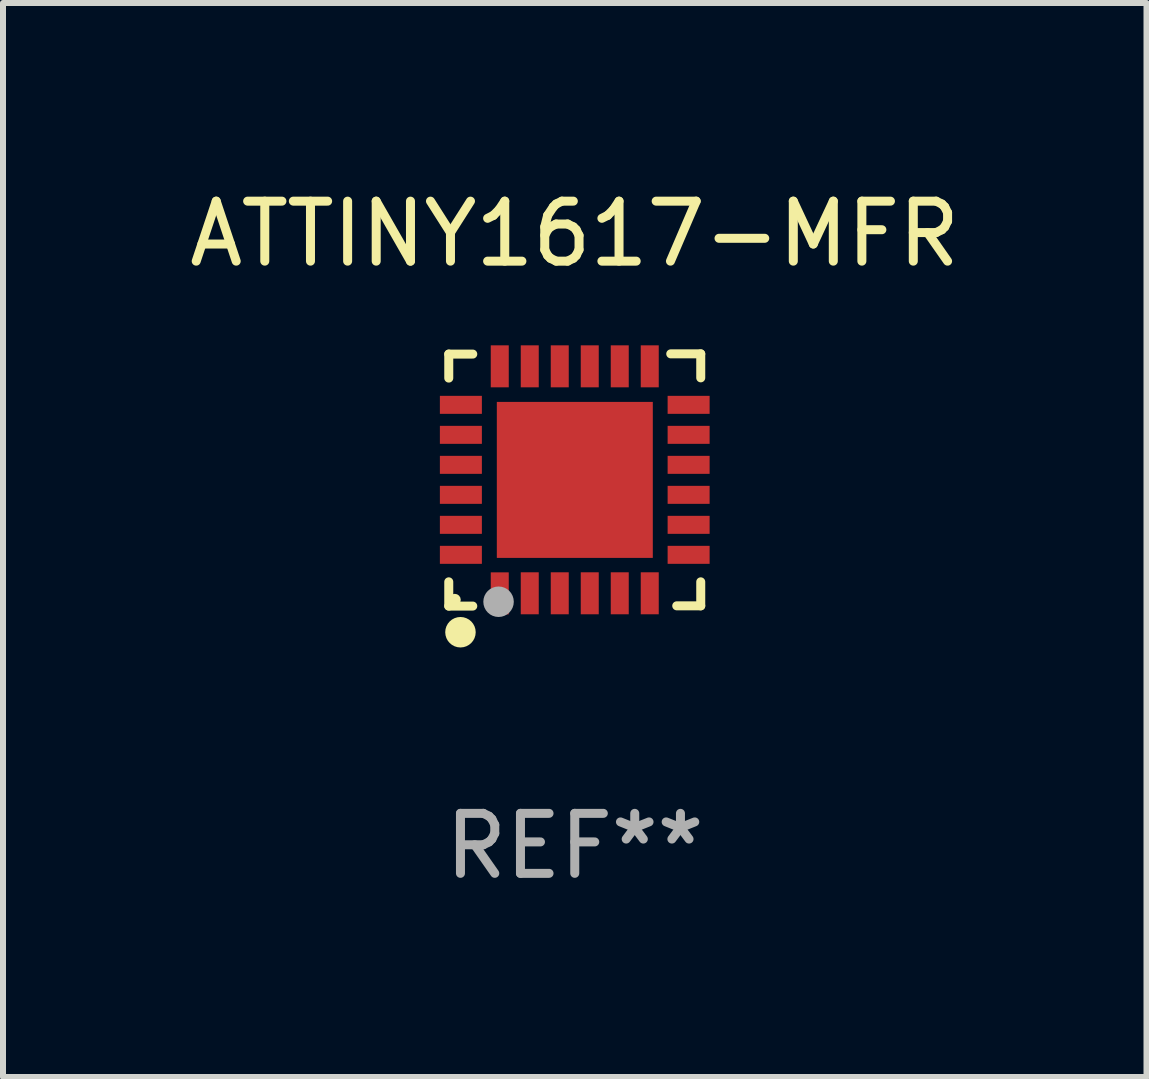
<source format=kicad_pcb>
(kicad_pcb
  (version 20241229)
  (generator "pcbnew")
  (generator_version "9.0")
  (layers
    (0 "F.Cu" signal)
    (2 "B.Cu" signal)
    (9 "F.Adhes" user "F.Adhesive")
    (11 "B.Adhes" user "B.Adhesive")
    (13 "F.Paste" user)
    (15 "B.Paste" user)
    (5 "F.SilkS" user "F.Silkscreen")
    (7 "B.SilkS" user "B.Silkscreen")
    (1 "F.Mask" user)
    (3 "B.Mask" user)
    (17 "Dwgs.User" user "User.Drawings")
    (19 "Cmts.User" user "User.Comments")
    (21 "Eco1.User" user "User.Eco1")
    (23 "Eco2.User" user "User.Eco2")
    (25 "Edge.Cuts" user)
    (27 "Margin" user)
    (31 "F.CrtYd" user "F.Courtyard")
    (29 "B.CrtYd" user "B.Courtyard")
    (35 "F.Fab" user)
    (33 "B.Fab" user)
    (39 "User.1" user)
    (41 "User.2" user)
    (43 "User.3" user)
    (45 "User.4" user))
  (footprint "ATTINY1617-MFR"
    (layer "F.Cu")
    (at 6.53 4.95)
    (property "Reference" "ATTINY1617-MFR" (at 0 -4.102 0) (layer "F.SilkS") (effects (font (size 1 1) (thickness 0.15))))
    (attr through_hole)
    (fp_line (start -2.1 -2.098) (end -1.7 -2.098) (stroke (width 0.15) (type solid)) (layer "F.SilkS"))
    (fp_line (start -2.1 -1.698) (end -2.1 -2.098) (stroke (width 0.15) (type solid)) (layer "F.SilkS"))
    (fp_line (start -2.1 2.102) (end -2.1 1.698) (stroke (width 0.15) (type solid)) (layer "F.SilkS"))
    (fp_line (start -1.7 2.102) (end -2.1 2.102) (stroke (width 0.15) (type solid)) (layer "F.SilkS"))
    (fp_line (start 1.6 -2.102) (end 2.1 -2.102) (stroke (width 0.15) (type solid)) (layer "F.SilkS"))
    (fp_line (start 1.7 2.098) (end 2.1 2.098) (stroke (width 0.15) (type solid)) (layer "F.SilkS"))
    (fp_line (start 2.1 -2.102) (end 2.1 -1.702) (stroke (width 0.15) (type solid)) (layer "F.SilkS"))
    (fp_line (start 2.1 2.098) (end 2.1 1.698) (stroke (width 0.15) (type solid)) (layer "F.SilkS"))
    (fp_circle (center -2 1.998) (end -1.95 1.998) (stroke (width 0.1) (type solid)) (fill no) (layer "F.SilkS"))
    (fp_circle (center -1.905 2.538) (end -1.778 2.538) (stroke (width 0.254) (type solid)) (fill no) (layer "F.SilkS"))
    (fp_circle (center -1.27 2.03) (end -1.143 2.03) (stroke (width 0.254) (type solid)) (fill no) (layer "F.Fab"))
    (fp_text user "REF**" (at 0 6.102 0) (layer "F.Fab") (effects (font (size 1 1) (thickness 0.15))))
    (pad "1" smd rect (at -1.25 1.89 180) (size 0.3 0.7) (layers "F.Cu" "F.Mask" "F.Paste"))
    (pad "2" smd rect (at -0.75 1.889 180) (size 0.3 0.7) (layers "F.Cu" "F.Mask" "F.Paste"))
    (pad "3" smd rect (at -0.25 1.889 180) (size 0.3 0.7) (layers "F.Cu" "F.Mask" "F.Paste"))
    (pad "4" smd rect (at 0.25 1.889 180) (size 0.3 0.7) (layers "F.Cu" "F.Mask" "F.Paste"))
    (pad "5" smd rect (at 0.75 1.889 180) (size 0.3 0.7) (layers "F.Cu" "F.Mask" "F.Paste"))
    (pad "6" smd rect (at 1.25 1.889 180) (size 0.3 0.7) (layers "F.Cu" "F.Mask" "F.Paste"))
    (pad "7" smd rect (at 1.898 1.248 270) (size 0.3 0.7) (layers "F.Cu" "F.Mask" "F.Paste"))
    (pad "8" smd rect (at 1.898 0.748 270) (size 0.3 0.7) (layers "F.Cu" "F.Mask" "F.Paste"))
    (pad "9" smd rect (at 1.898 0.248 270) (size 0.3 0.7) (layers "F.Cu" "F.Mask" "F.Paste"))
    (pad "10" smd rect (at 1.898 -0.252 270) (size 0.3 0.7) (layers "F.Cu" "F.Mask" "F.Paste"))
    (pad "11" smd rect (at 1.898 -0.752 270) (size 0.3 0.7) (layers "F.Cu" "F.Mask" "F.Paste"))
    (pad "12" smd rect (at 1.898 -1.252 270) (size 0.3 0.7) (layers "F.Cu" "F.Mask" "F.Paste"))
    (pad "13" smd rect (at 1.25 -1.894) (size 0.3 0.7) (layers "F.Cu" "F.Mask" "F.Paste"))
    (pad "14" smd rect (at 0.75 -1.894) (size 0.3 0.7) (layers "F.Cu" "F.Mask" "F.Paste"))
    (pad "15" smd rect (at 0.25 -1.894) (size 0.3 0.7) (layers "F.Cu" "F.Mask" "F.Paste"))
    (pad "16" smd rect (at -0.25 -1.894) (size 0.3 0.7) (layers "F.Cu" "F.Mask" "F.Paste"))
    (pad "17" smd rect (at -0.75 -1.894) (size 0.3 0.7) (layers "F.Cu" "F.Mask" "F.Paste"))
    (pad "18" smd rect (at -1.25 -1.894) (size 0.3 0.7) (layers "F.Cu" "F.Mask" "F.Paste"))
    (pad "19" smd rect (at -1.898 -1.252 90) (size 0.3 0.7) (layers "F.Cu" "F.Mask" "F.Paste"))
    (pad "20" smd rect (at -1.898 -0.752 90) (size 0.3 0.7) (layers "F.Cu" "F.Mask" "F.Paste"))
    (pad "21" smd rect (at -1.898 -0.252 90) (size 0.3 0.7) (layers "F.Cu" "F.Mask" "F.Paste"))
    (pad "22" smd rect (at -1.898 0.248 90) (size 0.3 0.7) (layers "F.Cu" "F.Mask" "F.Paste"))
    (pad "23" smd rect (at -1.898 0.748 90) (size 0.3 0.7) (layers "F.Cu" "F.Mask" "F.Paste"))
    (pad "24" smd rect (at -1.898 1.248 90) (size 0.3 0.7) (layers "F.Cu" "F.Mask" "F.Paste"))
    (pad "25" smd rect (at 0.001 -0.001 90) (size 2.6 2.6) (layers "F.Cu" "F.Mask" "F.Paste")))
  (gr_rect
    (start -3 -3)
    (end 16.06 14.901)
    (stroke (width 0.1) (type default))
    (fill no)
    (layer "Edge.Cuts")))
</source>
